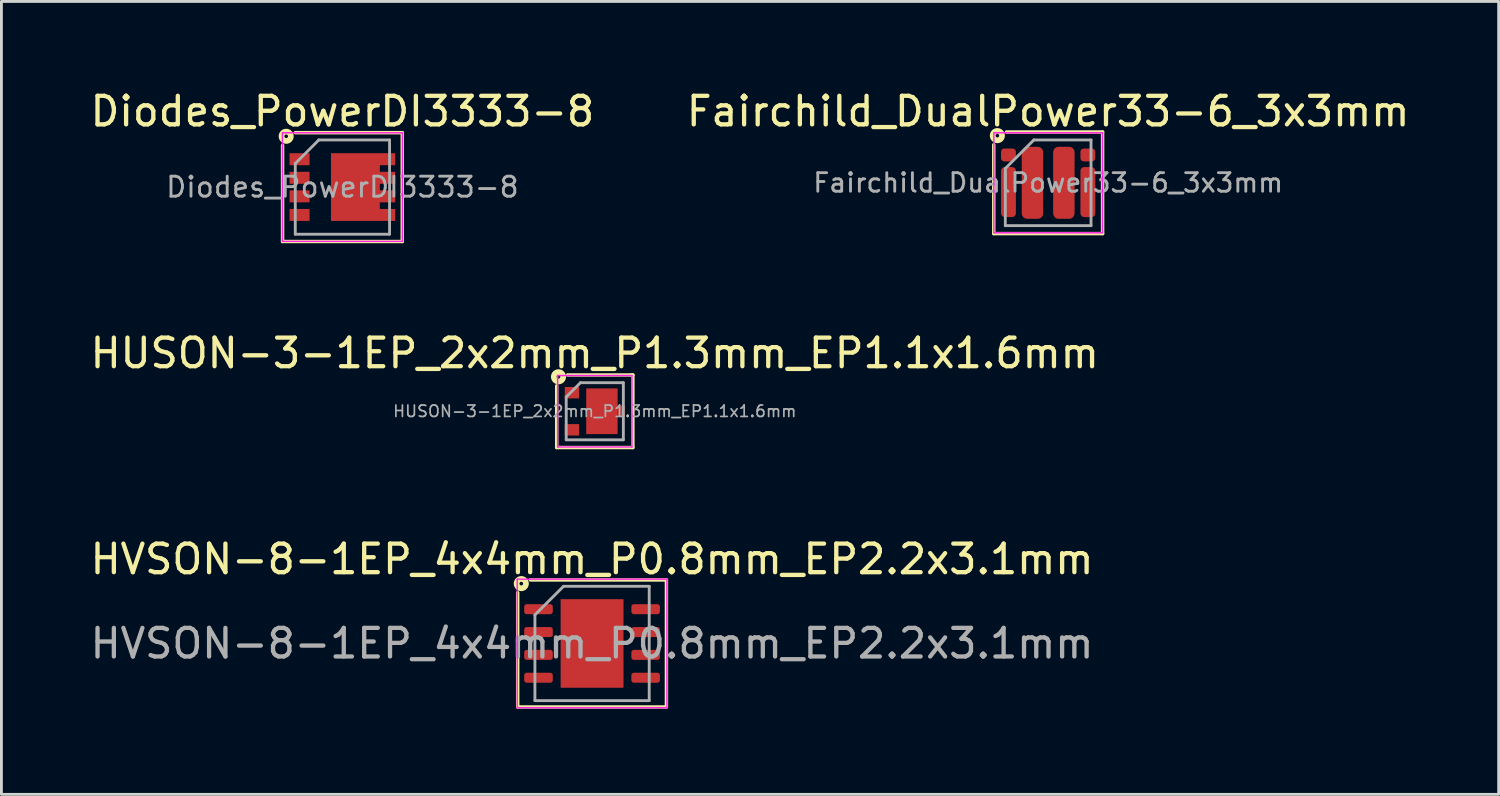
<source format=kicad_pcb>
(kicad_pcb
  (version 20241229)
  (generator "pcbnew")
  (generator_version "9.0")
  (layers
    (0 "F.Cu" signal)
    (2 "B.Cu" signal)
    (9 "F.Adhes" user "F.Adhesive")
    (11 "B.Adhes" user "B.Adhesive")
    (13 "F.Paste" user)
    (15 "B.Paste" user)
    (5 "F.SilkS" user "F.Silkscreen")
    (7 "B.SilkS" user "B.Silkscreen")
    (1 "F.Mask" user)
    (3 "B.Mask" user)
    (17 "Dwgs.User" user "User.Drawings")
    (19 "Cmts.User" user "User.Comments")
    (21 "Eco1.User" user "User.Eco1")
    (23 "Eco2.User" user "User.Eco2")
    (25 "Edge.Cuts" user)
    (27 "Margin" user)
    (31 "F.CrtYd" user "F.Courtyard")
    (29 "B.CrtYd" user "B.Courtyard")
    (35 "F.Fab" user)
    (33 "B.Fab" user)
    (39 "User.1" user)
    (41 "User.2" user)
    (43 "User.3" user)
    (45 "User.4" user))
  (footprint "Fairchild_DualPower33-6_3x3mm"
    (layer "F.Cu")
    (at 33.637 3.348)
    (property "Reference" "Fairchild_DualPower33-6_3x3mm" (at 0 -2.5 0) (layer "F.SilkS") (effects (font (size 1 1) (thickness 0.15))))
    (attr smd)
    (fp_line (start -1.905 1.778) (end -1.905 -1.333) (stroke (width 0.12) (type solid)) (layer "F.SilkS"))
    (fp_line (start -1.46 -1.778) (end 1.905 -1.778) (stroke (width 0.12) (type solid)) (layer "F.SilkS"))
    (fp_line (start 1.905 -1.778) (end 1.905 1.778) (stroke (width 0.12) (type solid)) (layer "F.SilkS"))
    (fp_line (start 1.905 1.778) (end -1.905 1.778) (stroke (width 0.12) (type solid)) (layer "F.SilkS"))
    (fp_circle (center -1.778 -1.651) (end -1.714 -1.651) (stroke (width 0.2) (type solid)) (fill no) (layer "F.SilkS"))
    (fp_line (start -1.9 -1.75) (end 1.9 -1.75) (stroke (width 0.05) (type solid)) (layer "F.CrtYd"))
    (fp_line (start -1.9 1.75) (end -1.9 -1.75) (stroke (width 0.05) (type solid)) (layer "F.CrtYd"))
    (fp_line (start 1.9 -1.75) (end 1.9 1.75) (stroke (width 0.05) (type solid)) (layer "F.CrtYd"))
    (fp_line (start 1.9 1.75) (end -1.9 1.75) (stroke (width 0.05) (type solid)) (layer "F.CrtYd"))
    (fp_line (start -1.5 -0.5) (end -0.5 -1.5) (stroke (width 0.1) (type solid)) (layer "F.Fab"))
    (fp_line (start -1.5 1.5) (end -1.5 -0.5) (stroke (width 0.1) (type solid)) (layer "F.Fab"))
    (fp_line (start -0.5 -1.5) (end 1.5 -1.5) (stroke (width 0.1) (type solid)) (layer "F.Fab"))
    (fp_line (start 1.5 -1.5) (end 1.5 1.5) (stroke (width 0.1) (type solid)) (layer "F.Fab"))
    (fp_line (start 1.5 1.5) (end -1.5 1.5) (stroke (width 0.1) (type solid)) (layer "F.Fab"))
    (fp_text user "${REFERENCE}" (at 0 0 0) (layer "F.Fab") (effects (font (size 0.65 0.65) (thickness 0.1))))
    (pad "" smd roundrect (at -1.39 -0.975) (size 0.35 0.35) (layers "F.Mask" "F.Paste") (roundrect_rratio 0.25))
    (pad "" smd roundrect (at -1.39 -0.325) (size 0.35 0.35) (layers "F.Mask" "F.Paste") (roundrect_rratio 0.25))
    (pad "" smd roundrect (at -1.39 0.325) (size 0.35 0.35) (layers "F.Mask" "F.Paste") (roundrect_rratio 0.25))
    (pad "" smd roundrect (at -1.39 0.975) (size 0.35 0.35) (layers "F.Mask" "F.Paste") (roundrect_rratio 0.25))
    (pad "" smd roundrect (at -0.55 -0.5) (size 0.65 0.8) (layers "F.Mask" "F.Paste") (roundrect_rratio 0.25))
    (pad "" smd roundrect (at -0.55 0.5) (size 0.65 0.8) (layers "F.Mask" "F.Paste") (roundrect_rratio 0.25))
    (pad "" smd roundrect (at 0.55 -0.5) (size 0.65 0.8) (layers "F.Mask" "F.Paste") (roundrect_rratio 0.25))
    (pad "" smd roundrect (at 0.55 0.5) (size 0.65 0.8) (layers "F.Mask" "F.Paste") (roundrect_rratio 0.25))
    (pad "" smd roundrect (at 1.39 -0.975) (size 0.35 0.35) (layers "F.Mask" "F.Paste") (roundrect_rratio 0.25))
    (pad "" smd roundrect (at 1.39 -0.325) (size 0.35 0.35) (layers "F.Mask" "F.Paste") (roundrect_rratio 0.25))
    (pad "" smd roundrect (at 1.39 0.325) (size 0.35 0.35) (layers "F.Mask" "F.Paste") (roundrect_rratio 0.25))
    (pad "" smd roundrect (at 1.39 0.975) (size 0.35 0.35) (layers "F.Mask" "F.Paste") (roundrect_rratio 0.25))
    (pad "1" smd roundrect (at -1.39 -0.975) (size 0.52 0.45) (layers "F.Cu" "F.Mask") (roundrect_rratio 0.25))
    (pad "2" smd roundrect (at -1.39 0.325) (size 0.52 1.75) (layers "F.Cu" "F.Mask") (roundrect_rratio 0.25))
    (pad "3" smd roundrect (at 1.39 0.325) (size 0.52 1.75) (layers "F.Cu" "F.Mask") (roundrect_rratio 0.25))
    (pad "4" smd roundrect (at 1.39 -0.975) (size 0.52 0.45) (layers "F.Cu" "F.Mask") (roundrect_rratio 0.25))
    (pad "5" smd roundrect (at -0.55 0) (size 0.75 2.52) (layers "F.Cu" "F.Mask") (roundrect_rratio 0.25))
    (pad "6" smd roundrect (at 0.55 0) (size 0.75 2.52) (layers "F.Cu" "F.Mask") (roundrect_rratio 0.25)))
  (footprint "Diodes_PowerDI3333-8"
    (layer "F.Cu")
    (at 8.935 3.498)
    (property "Reference" "Diodes_PowerDI3333-8" (at 0 -2.65 0) (layer "F.SilkS") (effects (font (size 1 1) (thickness 0.15))))
    (attr smd)
    (fp_line (start -2.095 1.905) (end -2.095 -1.46) (stroke (width 0.12) (type solid)) (layer "F.SilkS"))
    (fp_line (start -1.651 -1.905) (end 2.095 -1.905) (stroke (width 0.12) (type solid)) (layer "F.SilkS"))
    (fp_line (start 2.095 -1.905) (end 2.095 1.905) (stroke (width 0.12) (type solid)) (layer "F.SilkS"))
    (fp_line (start 2.095 1.905) (end -2.095 1.905) (stroke (width 0.12) (type solid)) (layer "F.SilkS"))
    (fp_circle (center -1.968 -1.778) (end -1.905 -1.778) (stroke (width 0.2) (type solid)) (fill no) (layer "F.SilkS"))
    (fp_line (start -2.1 -1.9) (end -2.1 1.9) (stroke (width 0.05) (type solid)) (layer "F.CrtYd"))
    (fp_line (start -2.1 1.9) (end 2.1 1.9) (stroke (width 0.05) (type solid)) (layer "F.CrtYd"))
    (fp_line (start 2.1 -1.9) (end -2.1 -1.9) (stroke (width 0.05) (type solid)) (layer "F.CrtYd"))
    (fp_line (start 2.1 1.9) (end 2.1 -1.9) (stroke (width 0.05) (type solid)) (layer "F.CrtYd"))
    (fp_line (start -1.65 -0.825) (end -1.65 1.65) (stroke (width 0.1) (type solid)) (layer "F.Fab"))
    (fp_line (start -1.65 1.65) (end 1.65 1.65) (stroke (width 0.1) (type solid)) (layer "F.Fab"))
    (fp_line (start -0.825 -1.65) (end -1.65 -0.825) (stroke (width 0.1) (type solid)) (layer "F.Fab"))
    (fp_line (start 1.65 -1.65) (end -0.825 -1.65) (stroke (width 0.1) (type solid)) (layer "F.Fab"))
    (fp_line (start 1.65 1.65) (end 1.65 -1.65) (stroke (width 0.1) (type solid)) (layer "F.Fab"))
    (fp_text user "${REFERENCE}" (at 0 0 0) (layer "F.Fab") (effects (font (size 0.7 0.7) (thickness 0.1))))
    (pad "" smd rect (at 0.02 -0.565) (size 0.6 1) (layers "F.Paste"))
    (pad "" smd rect (at 0.02 0.565) (size 0.6 1) (layers "F.Paste"))
    (pad "" smd rect (at 0.73 -0.565) (size 0.6 1) (layers "F.Paste"))
    (pad "" smd rect (at 0.73 0.565) (size 0.6 1) (layers "F.Paste"))
    (pad "" smd rect (at 1.5 -0.975) (size 0.7 0.42) (layers "F.Paste"))
    (pad "" smd rect (at 1.5 -0.325) (size 0.7 0.42) (layers "F.Paste"))
    (pad "" smd rect (at 1.5 0.325) (size 0.7 0.42) (layers "F.Paste"))
    (pad "" smd rect (at 1.5 0.975) (size 0.7 0.42) (layers "F.Paste"))
    (pad "1" smd rect (at -1.5 -0.975) (size 0.7 0.42) (layers "F.Cu" "F.Mask" "F.Paste"))
    (pad "2" smd rect (at -1.5 -0.325) (size 0.7 0.42) (layers "F.Cu" "F.Mask" "F.Paste"))
    (pad "3" smd rect (at -1.5 0.325) (size 0.7 0.42) (layers "F.Cu" "F.Mask" "F.Paste"))
    (pad "4" smd rect (at -1.5 0.975) (size 0.7 0.42) (layers "F.Cu" "F.Mask" "F.Paste"))
    (pad "5" smd custom (at 0.455 0) (size 1.71 2.37) (layers "F.Cu" "F.Mask") (options (anchor rect)) (primitives (gr_poly (pts (xy 1.395 1.185) (xy 0.855 1.185) (xy 0.855 0.765) (xy 1.395 0.765)) (width 0) (fill yes)) (gr_poly (pts (xy 1.395 0.535) (xy 0.855 0.535) (xy 0.855 0.115) (xy 1.395 0.115)) (width 0) (fill yes)) (gr_poly (pts (xy 1.395 -0.115) (xy 0.855 -0.115) (xy 0.855 -0.535) (xy 1.395 -0.535)) (width 0) (fill yes)) (gr_poly (pts (xy 1.395 -0.765) (xy 0.855 -0.765) (xy 0.855 -1.185) (xy 1.395 -1.185)) (width 0) (fill yes)))))
  (footprint "HVSON-8-1EP_4x4mm_P0.8mm_EP2.2x3.1mm"
    (layer "F.Cu")
    (at 17.673 19.472)
    (property "Reference" "HVSON-8-1EP_4x4mm_P0.8mm_EP2.2x3.1mm" (at 0 -2.95 0) (layer "F.SilkS") (effects (font (size 1 1) (thickness 0.15))))
    (attr smd)
    (fp_line (start -2.603 2.223) (end -2.603 -1.778) (stroke (width 0.12) (type solid)) (layer "F.SilkS"))
    (fp_line (start -2.159 -2.223) (end 2.603 -2.223) (stroke (width 0.12) (type solid)) (layer "F.SilkS"))
    (fp_line (start 2.603 -2.223) (end 2.603 2.223) (stroke (width 0.12) (type solid)) (layer "F.SilkS"))
    (fp_line (start 2.603 2.223) (end -2.603 2.223) (stroke (width 0.12) (type solid)) (layer "F.SilkS"))
    (fp_circle (center -2.477 -2.095) (end -2.413 -2.095) (stroke (width 0.2) (type solid)) (fill no) (layer "F.SilkS"))
    (fp_line (start -2.62 -2.25) (end -2.62 2.25) (stroke (width 0.05) (type solid)) (layer "F.CrtYd"))
    (fp_line (start -2.62 2.25) (end 2.62 2.25) (stroke (width 0.05) (type solid)) (layer "F.CrtYd"))
    (fp_line (start 2.62 -2.25) (end -2.62 -2.25) (stroke (width 0.05) (type solid)) (layer "F.CrtYd"))
    (fp_line (start 2.62 2.25) (end 2.62 -2.25) (stroke (width 0.05) (type solid)) (layer "F.CrtYd"))
    (fp_line (start -2 -1) (end -1 -2) (stroke (width 0.1) (type solid)) (layer "F.Fab"))
    (fp_line (start -2 2) (end -2 -1) (stroke (width 0.1) (type solid)) (layer "F.Fab"))
    (fp_line (start -1 -2) (end 2 -2) (stroke (width 0.1) (type solid)) (layer "F.Fab"))
    (fp_line (start 2 -2) (end 2 2) (stroke (width 0.1) (type solid)) (layer "F.Fab"))
    (fp_line (start 2 2) (end -2 2) (stroke (width 0.1) (type solid)) (layer "F.Fab"))
    (fp_text user "${REFERENCE}" (at 0 0 0) (layer "F.Fab") (effects (font (size 1 1) (thickness 0.15))))
    (pad "" smd roundrect (at -0.55 -0.775) (size 0.89 1.25) (layers "F.Paste") (roundrect_rratio 0.25))
    (pad "" smd roundrect (at -0.55 0.775) (size 0.89 1.25) (layers "F.Paste") (roundrect_rratio 0.25))
    (pad "" smd roundrect (at 0.55 -0.775) (size 0.89 1.25) (layers "F.Paste") (roundrect_rratio 0.25))
    (pad "" smd roundrect (at 0.55 0.775) (size 0.89 1.25) (layers "F.Paste") (roundrect_rratio 0.25))
    (pad "1" smd roundrect (at -1.875 -1.2) (size 1 0.35) (layers "F.Cu" "F.Mask" "F.Paste") (roundrect_rratio 0.25))
    (pad "2" smd roundrect (at -1.875 -0.4) (size 1 0.35) (layers "F.Cu" "F.Mask" "F.Paste") (roundrect_rratio 0.25))
    (pad "3" smd roundrect (at -1.875 0.4) (size 1 0.35) (layers "F.Cu" "F.Mask" "F.Paste") (roundrect_rratio 0.25))
    (pad "4" smd roundrect (at -1.875 1.2) (size 1 0.35) (layers "F.Cu" "F.Mask" "F.Paste") (roundrect_rratio 0.25))
    (pad "5" smd roundrect (at 1.875 1.2) (size 1 0.35) (layers "F.Cu" "F.Mask" "F.Paste") (roundrect_rratio 0.25))
    (pad "6" smd roundrect (at 1.875 0.4) (size 1 0.35) (layers "F.Cu" "F.Mask" "F.Paste") (roundrect_rratio 0.25))
    (pad "7" smd roundrect (at 1.875 -0.4) (size 1 0.35) (layers "F.Cu" "F.Mask" "F.Paste") (roundrect_rratio 0.25))
    (pad "8" smd roundrect (at 1.875 -1.2) (size 1 0.35) (layers "F.Cu" "F.Mask" "F.Paste") (roundrect_rratio 0.25))
    (pad "9" smd rect (at 0 0) (size 2.2 3.1) (layers "F.Cu" "F.Mask")))
  (footprint "HUSON-3-1EP_2x2mm_P1.3mm_EP1.1x1.6mm"
    (layer "F.Cu")
    (at 17.768 11.344)
    (property "Reference" "HUSON-3-1EP_2x2mm_P1.3mm_EP1.1x1.6mm" (at 0 -2.032 0) (layer "F.SilkS") (effects (font (size 1 1) (thickness 0.15))))
    (attr smd)
    (fp_line (start -1.333 1.27) (end -1.333 -0.889) (stroke (width 0.12) (type solid)) (layer "F.SilkS"))
    (fp_line (start -0.953 -1.27) (end 1.27 -1.27) (stroke (width 0.12) (type solid)) (layer "F.SilkS"))
    (fp_line (start 1.27 -1.27) (end 1.333 -1.27) (stroke (width 0.12) (type solid)) (layer "F.SilkS"))
    (fp_line (start 1.333 -1.27) (end 1.333 1.27) (stroke (width 0.12) (type solid)) (layer "F.SilkS"))
    (fp_line (start 1.333 1.27) (end -1.333 1.27) (stroke (width 0.12) (type solid)) (layer "F.SilkS"))
    (fp_circle (center -1.27 -1.206) (end -1.206 -1.206) (stroke (width 0.2) (type solid)) (fill no) (layer "F.SilkS"))
    (fp_line (start -1.3 -1.25) (end 1.3 -1.25) (stroke (width 0.05) (type solid)) (layer "F.CrtYd"))
    (fp_line (start -1.3 1.25) (end -1.3 -1.25) (stroke (width 0.05) (type solid)) (layer "F.CrtYd"))
    (fp_line (start 1.3 -1.25) (end 1.3 1.25) (stroke (width 0.05) (type solid)) (layer "F.CrtYd"))
    (fp_line (start 1.3 1.25) (end -1.3 1.25) (stroke (width 0.05) (type solid)) (layer "F.CrtYd"))
    (fp_line (start -1 -0.5) (end -0.5 -1) (stroke (width 0.1) (type solid)) (layer "F.Fab"))
    (fp_line (start -1 1) (end -1 -0.5) (stroke (width 0.1) (type solid)) (layer "F.Fab"))
    (fp_line (start -0.5 -1) (end 1 -1) (stroke (width 0.1) (type solid)) (layer "F.Fab"))
    (fp_line (start 1 -1) (end 1 1) (stroke (width 0.1) (type solid)) (layer "F.Fab"))
    (fp_line (start 1 1) (end -1 1) (stroke (width 0.1) (type solid)) (layer "F.Fab"))
    (fp_text user "${REFERENCE}" (at 0 0 0) (layer "F.Fab") (effects (font (size 0.4 0.4) (thickness 0.06))))
    (pad "1" smd rect (at -0.8 -0.65) (size 0.5 0.4) (layers "F.Cu" "F.Mask" "F.Paste"))
    (pad "2" smd rect (at -0.8 0.65) (size 0.5 0.4) (layers "F.Cu" "F.Mask" "F.Paste"))
    (pad "3" smd rect (at 0.25 0) (size 1.1 1.6) (layers "F.Cu" "F.Mask" "F.Paste"))
    (pad "3" smd rect (at 0.925 0) (size 0.25 0.4) (layers "F.Cu" "F.Mask" "F.Paste")))
  (gr_rect
    (start -3 -3)
    (end 49.405 24.754)
    (stroke (width 0.1) (type default))
    (fill no)
    (layer "Edge.Cuts")))
</source>
